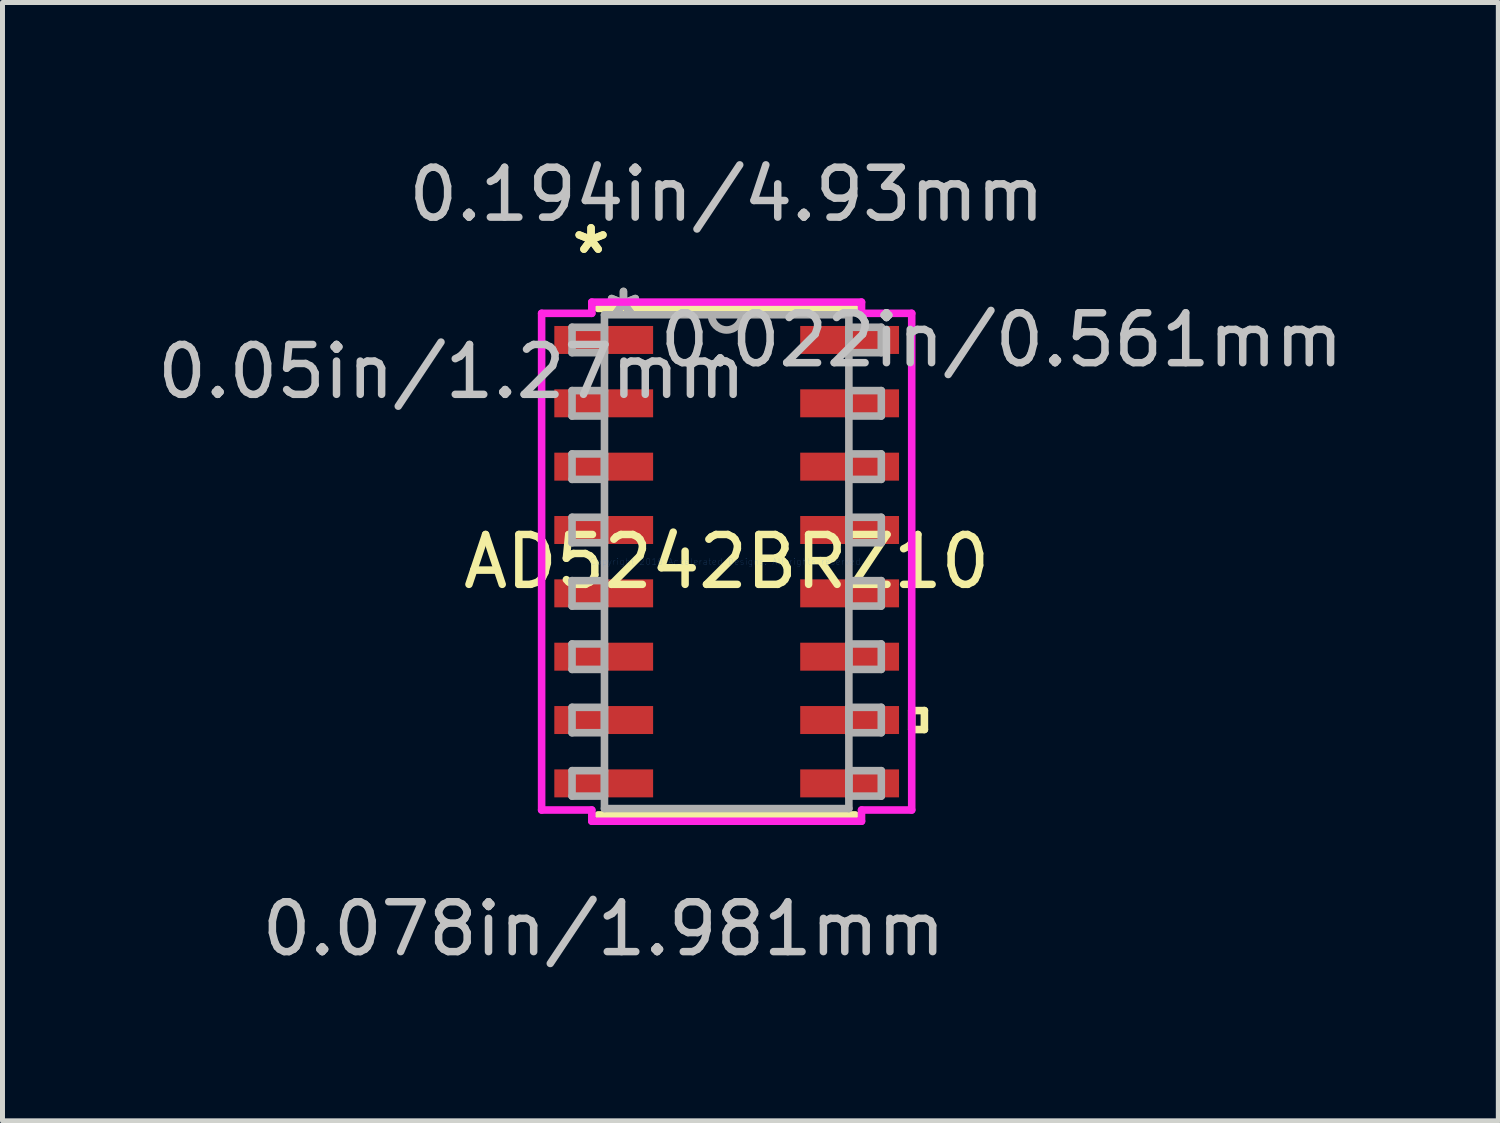
<source format=kicad_pcb>
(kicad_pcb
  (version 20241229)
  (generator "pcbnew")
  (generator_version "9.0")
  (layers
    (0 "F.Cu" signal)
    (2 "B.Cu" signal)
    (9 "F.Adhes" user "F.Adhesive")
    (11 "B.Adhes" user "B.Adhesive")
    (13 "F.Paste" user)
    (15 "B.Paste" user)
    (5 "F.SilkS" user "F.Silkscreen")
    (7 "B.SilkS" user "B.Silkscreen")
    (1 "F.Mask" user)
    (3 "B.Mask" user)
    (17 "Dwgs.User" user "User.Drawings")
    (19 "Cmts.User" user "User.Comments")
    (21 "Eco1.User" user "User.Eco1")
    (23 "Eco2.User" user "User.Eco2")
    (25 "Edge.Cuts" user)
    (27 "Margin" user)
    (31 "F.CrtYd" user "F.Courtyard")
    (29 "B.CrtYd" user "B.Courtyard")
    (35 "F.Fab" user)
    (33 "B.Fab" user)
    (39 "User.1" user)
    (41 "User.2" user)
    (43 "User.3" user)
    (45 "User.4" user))
  (footprint "AD5242BRZ10"
    (layer "F.Cu")
    (at 11.519 8.211)
    (property "Reference" "AD5242BRZ10" (at 0 0 0) (layer "F.SilkS") (effects (font (size 1 1) (thickness 0.15))))
    (attr through_hole)
    (fp_line (start -2.577 5.077) (end 2.577 5.077) (stroke (width 0.152) (type solid)) (layer "F.SilkS"))
    (fp_line (start 2.577 -5.077) (end -2.577 -5.077) (stroke (width 0.152) (type solid)) (layer "F.SilkS"))
    (fp_line (start 3.71 2.985) (end 3.964 2.985) (stroke (width 0.152) (type solid)) (layer "F.SilkS"))
    (fp_line (start 3.71 3.365) (end 3.71 2.985) (stroke (width 0.152) (type solid)) (layer "F.SilkS"))
    (fp_line (start 3.964 2.985) (end 3.964 3.365) (stroke (width 0.152) (type solid)) (layer "F.SilkS"))
    (fp_line (start 3.964 3.365) (end 3.71 3.365) (stroke (width 0.152) (type solid)) (layer "F.SilkS"))
    (fp_line (start -3.71 -4.979) (end -2.704 -4.979) (stroke (width 0.152) (type solid)) (layer "F.CrtYd"))
    (fp_line (start -3.71 4.979) (end -3.71 -4.979) (stroke (width 0.152) (type solid)) (layer "F.CrtYd"))
    (fp_line (start -2.704 -5.204) (end 2.704 -5.204) (stroke (width 0.152) (type solid)) (layer "F.CrtYd"))
    (fp_line (start -2.704 -4.979) (end -2.704 -5.204) (stroke (width 0.152) (type solid)) (layer "F.CrtYd"))
    (fp_line (start -2.704 4.979) (end -3.71 4.979) (stroke (width 0.152) (type solid)) (layer "F.CrtYd"))
    (fp_line (start -2.704 5.204) (end -2.704 4.979) (stroke (width 0.152) (type solid)) (layer "F.CrtYd"))
    (fp_line (start 2.704 -5.204) (end 2.704 -4.979) (stroke (width 0.152) (type solid)) (layer "F.CrtYd"))
    (fp_line (start 2.704 -4.979) (end 3.71 -4.979) (stroke (width 0.152) (type solid)) (layer "F.CrtYd"))
    (fp_line (start 2.704 4.979) (end 2.704 5.204) (stroke (width 0.152) (type solid)) (layer "F.CrtYd"))
    (fp_line (start 2.704 5.204) (end -2.704 5.204) (stroke (width 0.152) (type solid)) (layer "F.CrtYd"))
    (fp_line (start 3.71 -4.979) (end 3.71 4.979) (stroke (width 0.152) (type solid)) (layer "F.CrtYd"))
    (fp_line (start 3.71 4.979) (end 2.704 4.979) (stroke (width 0.152) (type solid)) (layer "F.CrtYd"))
    (fp_line (start -3.1 -4.7) (end -3.1 -4.19) (stroke (width 0.152) (type solid)) (layer "F.Fab"))
    (fp_line (start -3.1 -4.19) (end -2.45 -4.19) (stroke (width 0.152) (type solid)) (layer "F.Fab"))
    (fp_line (start -3.1 -3.43) (end -3.1 -2.92) (stroke (width 0.152) (type solid)) (layer "F.Fab"))
    (fp_line (start -3.1 -2.92) (end -2.45 -2.92) (stroke (width 0.152) (type solid)) (layer "F.Fab"))
    (fp_line (start -3.1 -2.16) (end -3.1 -1.65) (stroke (width 0.152) (type solid)) (layer "F.Fab"))
    (fp_line (start -3.1 -1.65) (end -2.45 -1.65) (stroke (width 0.152) (type solid)) (layer "F.Fab"))
    (fp_line (start -3.1 -0.89) (end -3.1 -0.38) (stroke (width 0.152) (type solid)) (layer "F.Fab"))
    (fp_line (start -3.1 -0.38) (end -2.45 -0.38) (stroke (width 0.152) (type solid)) (layer "F.Fab"))
    (fp_line (start -3.1 0.38) (end -3.1 0.89) (stroke (width 0.152) (type solid)) (layer "F.Fab"))
    (fp_line (start -3.1 0.89) (end -2.45 0.89) (stroke (width 0.152) (type solid)) (layer "F.Fab"))
    (fp_line (start -3.1 1.65) (end -3.1 2.16) (stroke (width 0.152) (type solid)) (layer "F.Fab"))
    (fp_line (start -3.1 2.16) (end -2.45 2.16) (stroke (width 0.152) (type solid)) (layer "F.Fab"))
    (fp_line (start -3.1 2.92) (end -3.1 3.43) (stroke (width 0.152) (type solid)) (layer "F.Fab"))
    (fp_line (start -3.1 3.43) (end -2.45 3.43) (stroke (width 0.152) (type solid)) (layer "F.Fab"))
    (fp_line (start -3.1 4.19) (end -3.1 4.7) (stroke (width 0.152) (type solid)) (layer "F.Fab"))
    (fp_line (start -3.1 4.7) (end -2.45 4.7) (stroke (width 0.152) (type solid)) (layer "F.Fab"))
    (fp_line (start -2.45 -4.95) (end -2.45 4.95) (stroke (width 0.152) (type solid)) (layer "F.Fab"))
    (fp_line (start -2.45 -4.7) (end -3.1 -4.7) (stroke (width 0.152) (type solid)) (layer "F.Fab"))
    (fp_line (start -2.45 -4.19) (end -2.45 -4.7) (stroke (width 0.152) (type solid)) (layer "F.Fab"))
    (fp_line (start -2.45 -3.43) (end -3.1 -3.43) (stroke (width 0.152) (type solid)) (layer "F.Fab"))
    (fp_line (start -2.45 -2.92) (end -2.45 -3.43) (stroke (width 0.152) (type solid)) (layer "F.Fab"))
    (fp_line (start -2.45 -2.16) (end -3.1 -2.16) (stroke (width 0.152) (type solid)) (layer "F.Fab"))
    (fp_line (start -2.45 -1.65) (end -2.45 -2.16) (stroke (width 0.152) (type solid)) (layer "F.Fab"))
    (fp_line (start -2.45 -0.89) (end -3.1 -0.89) (stroke (width 0.152) (type solid)) (layer "F.Fab"))
    (fp_line (start -2.45 -0.38) (end -2.45 -0.89) (stroke (width 0.152) (type solid)) (layer "F.Fab"))
    (fp_line (start -2.45 0.38) (end -3.1 0.38) (stroke (width 0.152) (type solid)) (layer "F.Fab"))
    (fp_line (start -2.45 0.89) (end -2.45 0.38) (stroke (width 0.152) (type solid)) (layer "F.Fab"))
    (fp_line (start -2.45 1.65) (end -3.1 1.65) (stroke (width 0.152) (type solid)) (layer "F.Fab"))
    (fp_line (start -2.45 2.16) (end -2.45 1.65) (stroke (width 0.152) (type solid)) (layer "F.Fab"))
    (fp_line (start -2.45 2.92) (end -3.1 2.92) (stroke (width 0.152) (type solid)) (layer "F.Fab"))
    (fp_line (start -2.45 3.43) (end -2.45 2.92) (stroke (width 0.152) (type solid)) (layer "F.Fab"))
    (fp_line (start -2.45 4.19) (end -3.1 4.19) (stroke (width 0.152) (type solid)) (layer "F.Fab"))
    (fp_line (start -2.45 4.7) (end -2.45 4.19) (stroke (width 0.152) (type solid)) (layer "F.Fab"))
    (fp_line (start -2.45 4.95) (end 2.45 4.95) (stroke (width 0.152) (type solid)) (layer "F.Fab"))
    (fp_line (start 2.45 -4.95) (end -2.45 -4.95) (stroke (width 0.152) (type solid)) (layer "F.Fab"))
    (fp_line (start 2.45 -4.7) (end 2.45 -4.19) (stroke (width 0.152) (type solid)) (layer "F.Fab"))
    (fp_line (start 2.45 -4.19) (end 3.1 -4.19) (stroke (width 0.152) (type solid)) (layer "F.Fab"))
    (fp_line (start 2.45 -3.43) (end 2.45 -2.92) (stroke (width 0.152) (type solid)) (layer "F.Fab"))
    (fp_line (start 2.45 -2.92) (end 3.1 -2.92) (stroke (width 0.152) (type solid)) (layer "F.Fab"))
    (fp_line (start 2.45 -2.16) (end 2.45 -1.65) (stroke (width 0.152) (type solid)) (layer "F.Fab"))
    (fp_line (start 2.45 -1.65) (end 3.1 -1.65) (stroke (width 0.152) (type solid)) (layer "F.Fab"))
    (fp_line (start 2.45 -0.89) (end 2.45 -0.38) (stroke (width 0.152) (type solid)) (layer "F.Fab"))
    (fp_line (start 2.45 -0.38) (end 3.1 -0.38) (stroke (width 0.152) (type solid)) (layer "F.Fab"))
    (fp_line (start 2.45 0.38) (end 2.45 0.89) (stroke (width 0.152) (type solid)) (layer "F.Fab"))
    (fp_line (start 2.45 0.89) (end 3.1 0.89) (stroke (width 0.152) (type solid)) (layer "F.Fab"))
    (fp_line (start 2.45 1.65) (end 2.45 2.16) (stroke (width 0.152) (type solid)) (layer "F.Fab"))
    (fp_line (start 2.45 2.16) (end 3.1 2.16) (stroke (width 0.152) (type solid)) (layer "F.Fab"))
    (fp_line (start 2.45 2.92) (end 2.45 3.43) (stroke (width 0.152) (type solid)) (layer "F.Fab"))
    (fp_line (start 2.45 3.43) (end 3.1 3.43) (stroke (width 0.152) (type solid)) (layer "F.Fab"))
    (fp_line (start 2.45 4.19) (end 2.45 4.7) (stroke (width 0.152) (type solid)) (layer "F.Fab"))
    (fp_line (start 2.45 4.7) (end 3.1 4.7) (stroke (width 0.152) (type solid)) (layer "F.Fab"))
    (fp_line (start 2.45 4.95) (end 2.45 -4.95) (stroke (width 0.152) (type solid)) (layer "F.Fab"))
    (fp_line (start 3.1 -4.7) (end 2.45 -4.7) (stroke (width 0.152) (type solid)) (layer "F.Fab"))
    (fp_line (start 3.1 -4.19) (end 3.1 -4.7) (stroke (width 0.152) (type solid)) (layer "F.Fab"))
    (fp_line (start 3.1 -3.43) (end 2.45 -3.43) (stroke (width 0.152) (type solid)) (layer "F.Fab"))
    (fp_line (start 3.1 -2.92) (end 3.1 -3.43) (stroke (width 0.152) (type solid)) (layer "F.Fab"))
    (fp_line (start 3.1 -2.16) (end 2.45 -2.16) (stroke (width 0.152) (type solid)) (layer "F.Fab"))
    (fp_line (start 3.1 -1.65) (end 3.1 -2.16) (stroke (width 0.152) (type solid)) (layer "F.Fab"))
    (fp_line (start 3.1 -0.89) (end 2.45 -0.89) (stroke (width 0.152) (type solid)) (layer "F.Fab"))
    (fp_line (start 3.1 -0.38) (end 3.1 -0.89) (stroke (width 0.152) (type solid)) (layer "F.Fab"))
    (fp_line (start 3.1 0.38) (end 2.45 0.38) (stroke (width 0.152) (type solid)) (layer "F.Fab"))
    (fp_line (start 3.1 0.89) (end 3.1 0.38) (stroke (width 0.152) (type solid)) (layer "F.Fab"))
    (fp_line (start 3.1 1.65) (end 2.45 1.65) (stroke (width 0.152) (type solid)) (layer "F.Fab"))
    (fp_line (start 3.1 2.16) (end 3.1 1.65) (stroke (width 0.152) (type solid)) (layer "F.Fab"))
    (fp_line (start 3.1 2.92) (end 2.45 2.92) (stroke (width 0.152) (type solid)) (layer "F.Fab"))
    (fp_line (start 3.1 3.43) (end 3.1 2.92) (stroke (width 0.152) (type solid)) (layer "F.Fab"))
    (fp_line (start 3.1 4.19) (end 2.45 4.19) (stroke (width 0.152) (type solid)) (layer "F.Fab"))
    (fp_line (start 3.1 4.7) (end 3.1 4.19) (stroke (width 0.152) (type solid)) (layer "F.Fab"))
    (fp_arc (start 0.3048 -4.95) (mid 0 -4.6452) (end -0.3048 -4.95) (stroke (width 0.1524) (type solid)) (layer "F.Fab"))
    (fp_text user "*" (at -2.719 -6.149 0) (layer "F.SilkS") (effects (font (size 1 1) (thickness 0.15))))
    (fp_text user "*" (at -2.719 -6.149 0) (layer "F.SilkS") (effects (font (size 1 1) (thickness 0.15))))
    (fp_text user "0.05in/1.27mm" (at -5.513 -3.81 0) (layer "Dwgs.User") (effects (font (size 1 1) (thickness 0.15))))
    (fp_text user "0.194in/4.93mm" (at 0 -7.363 0) (layer "Dwgs.User") (effects (font (size 1 1) (thickness 0.15))))
    (fp_text user "0.078in/1.981mm" (at -2.465 7.363 0) (layer "Dwgs.User") (effects (font (size 1 1) (thickness 0.15))))
    (fp_text user "0.022in/0.561mm" (at 5.513 -4.445 0) (layer "Dwgs.User") (effects (font (size 1 1) (thickness 0.15))))
    (fp_text user "Copyright 2016 Accelerated Designs. All rights reserved." (at 0 0 0) (layer "Cmts.User") (effects (font (size 0.127 0.127) (thickness 0.002))))
    (fp_text user "*" (at -2.069 -4.874 0) (layer "F.Fab") (effects (font (size 1 1) (thickness 0.15))))
    (fp_text user "*" (at -2.069 -4.874 0) (layer "F.Fab") (effects (font (size 1 1) (thickness 0.15))))
    (pad "1" smd rect (at -2.465 -4.445) (size 1.981 0.561) (layers "F.Cu" "F.Mask" "F.Paste"))
    (pad "2" smd rect (at -2.465 -3.175) (size 1.981 0.561) (layers "F.Cu" "F.Mask" "F.Paste"))
    (pad "3" smd rect (at -2.465 -1.905) (size 1.981 0.561) (layers "F.Cu" "F.Mask" "F.Paste"))
    (pad "4" smd rect (at -2.465 -0.635) (size 1.981 0.561) (layers "F.Cu" "F.Mask" "F.Paste"))
    (pad "5" smd rect (at -2.465 0.635) (size 1.981 0.561) (layers "F.Cu" "F.Mask" "F.Paste"))
    (pad "6" smd rect (at -2.465 1.905) (size 1.981 0.561) (layers "F.Cu" "F.Mask" "F.Paste"))
    (pad "7" smd rect (at -2.465 3.175) (size 1.981 0.561) (layers "F.Cu" "F.Mask" "F.Paste"))
    (pad "8" smd rect (at -2.465 4.445) (size 1.981 0.561) (layers "F.Cu" "F.Mask" "F.Paste"))
    (pad "9" smd rect (at 2.465 4.445) (size 1.981 0.561) (layers "F.Cu" "F.Mask" "F.Paste"))
    (pad "10" smd rect (at 2.465 3.175) (size 1.981 0.561) (layers "F.Cu" "F.Mask" "F.Paste"))
    (pad "11" smd rect (at 2.465 1.905) (size 1.981 0.561) (layers "F.Cu" "F.Mask" "F.Paste"))
    (pad "12" smd rect (at 2.465 0.635) (size 1.981 0.561) (layers "F.Cu" "F.Mask" "F.Paste"))
    (pad "13" smd rect (at 2.465 -0.635) (size 1.981 0.561) (layers "F.Cu" "F.Mask" "F.Paste"))
    (pad "14" smd rect (at 2.465 -1.905) (size 1.981 0.561) (layers "F.Cu" "F.Mask" "F.Paste"))
    (pad "15" smd rect (at 2.465 -3.175) (size 1.981 0.561) (layers "F.Cu" "F.Mask" "F.Paste"))
    (pad "16" smd rect (at 2.465 -4.445) (size 1.981 0.561) (layers "F.Cu" "F.Mask" "F.Paste")))
  (gr_rect
    (start -3 -3)
    (end 26.99 19.422)
    (stroke (width 0.1) (type default))
    (fill no)
    (layer "Edge.Cuts")))
</source>
